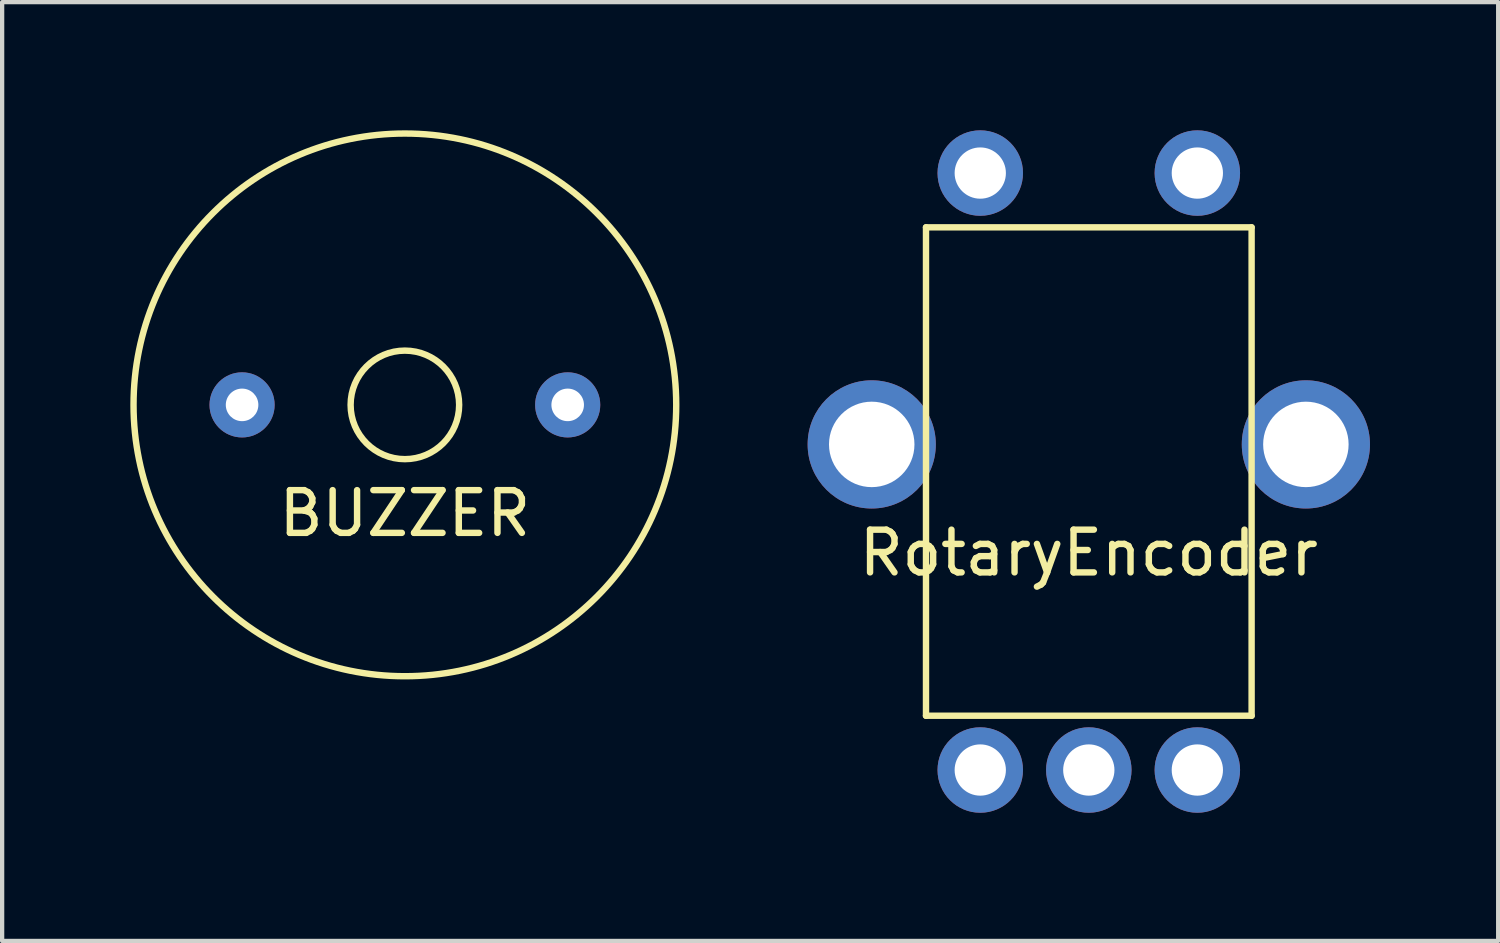
<source format=kicad_pcb>
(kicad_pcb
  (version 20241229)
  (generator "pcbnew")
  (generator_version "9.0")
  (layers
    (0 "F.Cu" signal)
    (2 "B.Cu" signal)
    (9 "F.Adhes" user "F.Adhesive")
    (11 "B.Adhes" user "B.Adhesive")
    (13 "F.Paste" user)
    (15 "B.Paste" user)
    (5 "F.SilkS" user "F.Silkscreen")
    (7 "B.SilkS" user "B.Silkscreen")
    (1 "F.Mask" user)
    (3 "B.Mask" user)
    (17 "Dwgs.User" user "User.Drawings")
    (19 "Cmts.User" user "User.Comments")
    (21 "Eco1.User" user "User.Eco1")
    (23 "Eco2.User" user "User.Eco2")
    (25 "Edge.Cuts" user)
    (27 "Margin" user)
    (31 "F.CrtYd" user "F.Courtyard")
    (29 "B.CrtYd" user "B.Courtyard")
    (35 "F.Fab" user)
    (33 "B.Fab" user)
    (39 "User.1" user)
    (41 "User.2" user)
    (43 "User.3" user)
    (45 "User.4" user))
  (footprint "RotaryEncoder"
    (layer "F.Cu")
    (at 22.43 7.35)
    (property "Reference" "RotaryEncoder" (at 0 2.54 0) (layer "F.SilkS") (effects (font (size 1 1) (thickness 0.15))))
    (attr through_hole)
    (fp_line (start -3.81 -5.08) (end -3.81 6.35) (stroke (width 0.15) (type solid)) (layer "F.SilkS"))
    (fp_line (start -3.81 6.35) (end 3.81 6.35) (stroke (width 0.15) (type solid)) (layer "F.SilkS"))
    (fp_line (start 3.81 -5.08) (end -3.81 -5.08) (stroke (width 0.15) (type solid)) (layer "F.SilkS"))
    (fp_line (start 3.81 6.35) (end 3.81 -5.08) (stroke (width 0.15) (type solid)) (layer "F.SilkS"))
    (pad "1" thru_hole circle (at -2.54 7.62) (size 2 2) (drill 1.2) (layers "*.Cu" "*.Mask"))
    (pad "2" thru_hole circle (at 0 7.62) (size 2 2) (drill 1.2) (layers "*.Cu" "*.Mask"))
    (pad "3" thru_hole circle (at 2.54 7.62) (size 2 2) (drill 1.2) (layers "*.Cu" "*.Mask"))
    (pad "4" thru_hole circle (at 2.54 -6.35) (size 2 2) (drill 1.2) (layers "*.Cu" "*.Mask"))
    (pad "5" thru_hole circle (at -2.54 -6.35) (size 2 2) (drill 1.2) (layers "*.Cu" "*.Mask"))
    (pad "6" thru_hole circle (at 5.08 0) (size 3 3) (drill 2) (layers "*.Cu" "*.Mask"))
    (pad "7" thru_hole circle (at -5.08 0) (size 3 3) (drill 2) (layers "*.Cu" "*.Mask")))
  (footprint "BUZZER"
    (layer "F.Cu")
    (at 6.425 6.425)
    (property "Reference" "BUZZER" (at 0 2.54 0) (layer "F.SilkS") (effects (font (size 1 1) (thickness 0.15))))
    (attr through_hole)
    (fp_circle (center 0 0) (end 0 -6.35) (stroke (width 0.15) (type solid)) (fill no) (layer "F.SilkS"))
    (fp_circle (center 0 0) (end 0 -1.27) (stroke (width 0.15) (type solid)) (fill no) (layer "F.SilkS"))
    (pad "1" thru_hole circle (at -3.81 0) (size 1.524 1.524) (drill 0.762) (layers "*.Cu" "*.Mask"))
    (pad "2" thru_hole circle (at 3.81 0) (size 1.524 1.524) (drill 0.762) (layers "*.Cu" "*.Mask")))
  (gr_rect
    (start -3 -3)
    (end 32.01 18.97)
    (stroke (width 0.1) (type default))
    (fill no)
    (layer "Edge.Cuts")))
</source>
